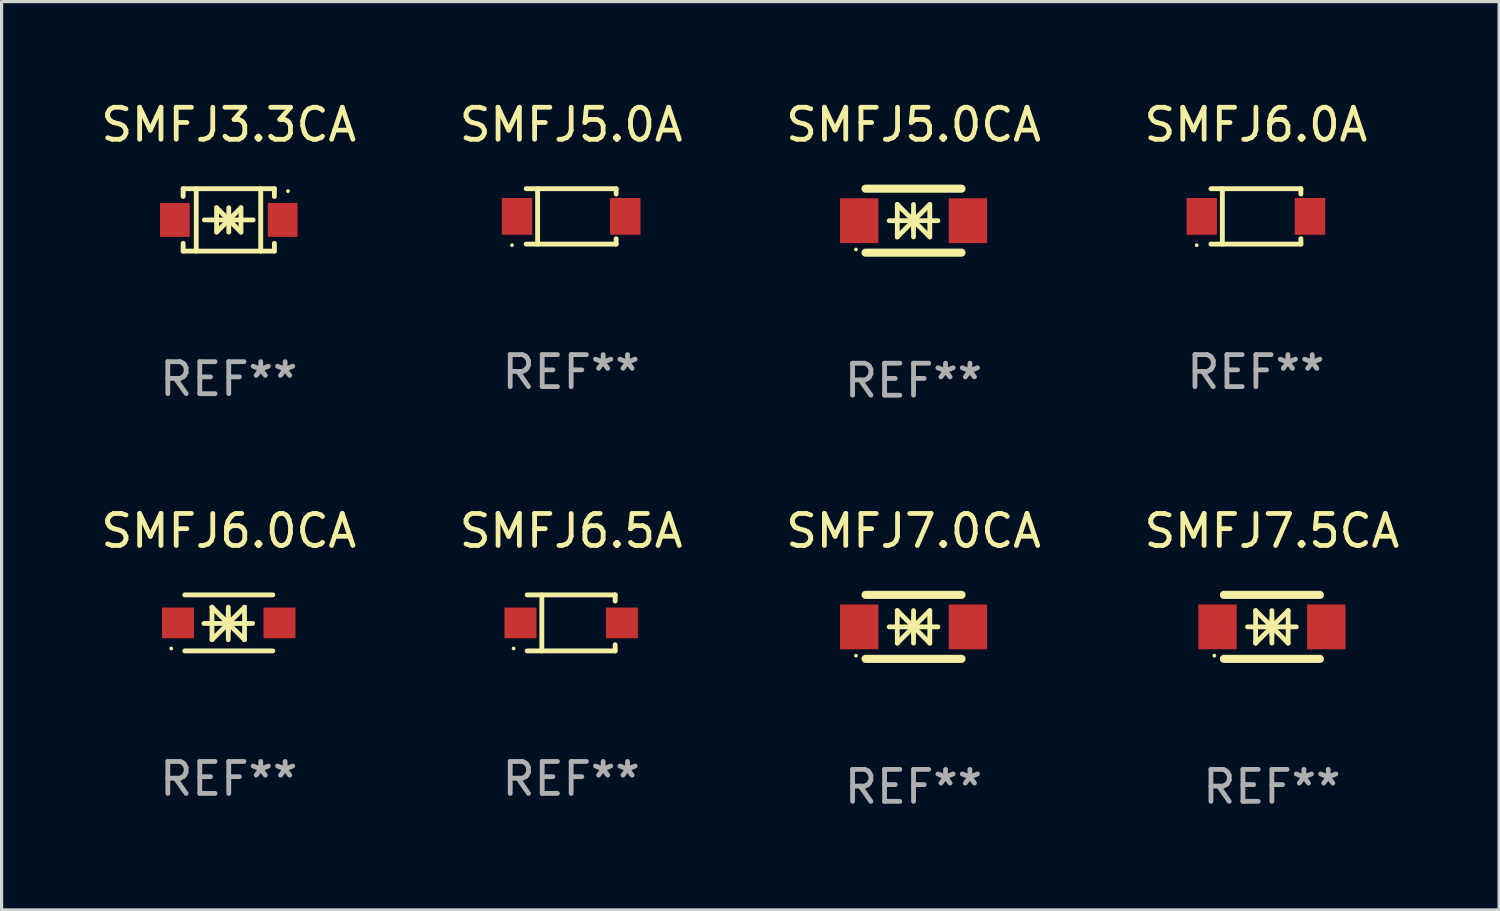
<source format=kicad_pcb>
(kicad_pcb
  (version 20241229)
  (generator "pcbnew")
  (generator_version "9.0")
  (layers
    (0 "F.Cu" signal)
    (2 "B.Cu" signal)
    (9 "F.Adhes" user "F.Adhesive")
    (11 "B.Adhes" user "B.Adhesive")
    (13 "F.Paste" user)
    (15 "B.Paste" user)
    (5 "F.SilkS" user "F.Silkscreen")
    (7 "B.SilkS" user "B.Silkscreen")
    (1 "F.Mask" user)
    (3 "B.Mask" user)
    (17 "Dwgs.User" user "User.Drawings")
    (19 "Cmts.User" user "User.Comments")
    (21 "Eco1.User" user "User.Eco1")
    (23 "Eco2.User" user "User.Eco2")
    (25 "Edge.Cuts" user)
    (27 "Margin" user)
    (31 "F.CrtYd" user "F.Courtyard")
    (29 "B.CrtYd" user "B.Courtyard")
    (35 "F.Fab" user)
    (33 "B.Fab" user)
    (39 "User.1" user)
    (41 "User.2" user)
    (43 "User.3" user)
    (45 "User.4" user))
  (footprint "SMFJ7.0CA"
    (layer "F.Cu")
    (at 25.506 16.545)
    (property "Reference" "SMFJ7.0CA" (at 0 -3 0) (layer "F.SilkS") (effects (font (size 1 1) (thickness 0.15))))
    (attr through_hole)
    (fp_line (start -1.5 -1) (end 1.5 -1) (stroke (width 0.254) (type solid)) (layer "F.SilkS"))
    (fp_line (start -1.5 1) (end 1.5 1) (stroke (width 0.254) (type solid)) (layer "F.SilkS"))
    (fp_line (start -0.762 0) (end 0.762 0) (stroke (width 0.15) (type solid)) (layer "F.SilkS"))
    (fp_line (start -0.508 -0.508) (end -0.508 0.508) (stroke (width 0.15) (type solid)) (layer "F.SilkS"))
    (fp_line (start 0 -0.508) (end 0 0.508) (stroke (width 0.15) (type solid)) (layer "F.SilkS"))
    (fp_line (start 0 0) (end -0.508 -0.508) (stroke (width 0.15) (type solid)) (layer "F.SilkS"))
    (fp_line (start 0 0) (end -0.508 0.508) (stroke (width 0.15) (type solid)) (layer "F.SilkS"))
    (fp_line (start 0 0) (end 0.508 -0.508) (stroke (width 0.15) (type solid)) (layer "F.SilkS"))
    (fp_line (start 0 0) (end 0.508 0.508) (stroke (width 0.15) (type solid)) (layer "F.SilkS"))
    (fp_line (start 0 0.254) (end 0 -0.254) (stroke (width 0.15) (type solid)) (layer "F.SilkS"))
    (fp_line (start 0.508 0.508) (end 0.508 -0.508) (stroke (width 0.15) (type solid)) (layer "F.SilkS"))
    (fp_circle (center -1.8 0.9) (end -1.77 0.9) (stroke (width 0.06) (type solid)) (fill no) (layer "F.SilkS"))
    (fp_text user "REF**" (at 0 5 0) (layer "F.Fab") (effects (font (size 1 1) (thickness 0.15))))
    (pad "1" smd rect (at -1.7 0) (size 1.2 1.4) (layers "F.Cu" "F.Mask" "F.Paste"))
    (pad "2" smd rect (at 1.7 0) (size 1.2 1.4) (layers "F.Cu" "F.Mask" "F.Paste")))
  (footprint "SMFJ5.0A"
    (layer "F.Cu")
    (at 14.804 3.714)
    (property "Reference" "SMFJ5.0A" (at 0 -2.866 0) (layer "F.SilkS") (effects (font (size 1 1) (thickness 0.15))))
    (attr through_hole)
    (fp_line (start -1.406 -0.866) (end 1.406 -0.866) (stroke (width 0.152) (type solid)) (layer "F.SilkS"))
    (fp_line (start -1.406 0.866) (end 1.406 0.866) (stroke (width 0.152) (type solid)) (layer "F.SilkS"))
    (fp_line (start -1.049 -0.866) (end -1.049 0.866) (stroke (width 0.152) (type solid)) (layer "F.SilkS"))
    (fp_line (start 1.406 -0.866) (end 1.406 -0.698) (stroke (width 0.152) (type solid)) (layer "F.SilkS"))
    (fp_line (start 1.406 0.866) (end 1.406 0.698) (stroke (width 0.152) (type solid)) (layer "F.SilkS"))
    (fp_circle (center -1.851 0.9) (end -1.821 0.9) (stroke (width 0.06) (type solid)) (fill no) (layer "F.SilkS"))
    (fp_text user "REF**" (at 0 4.866 0) (layer "F.Fab") (effects (font (size 1 1) (thickness 0.15))))
    (pad "1" smd rect (at -1.692 0) (size 0.95 1.15) (layers "F.Cu" "F.Mask" "F.Paste"))
    (pad "2" smd rect (at 1.692 0) (size 0.95 1.15) (layers "F.Cu" "F.Mask" "F.Paste")))
  (footprint "SMFJ3.3CA"
    (layer "F.Cu")
    (at 4.101 3.824)
    (property "Reference" "SMFJ3.3CA" (at 0 -2.976 0) (layer "F.SilkS") (effects (font (size 1 1) (thickness 0.15))))
    (attr through_hole)
    (fp_line (start -1.426 -0.976) (end -1.426 -0.733) (stroke (width 0.152) (type solid)) (layer "F.SilkS"))
    (fp_line (start -1.426 -0.976) (end 1.426 -0.976) (stroke (width 0.152) (type solid)) (layer "F.SilkS"))
    (fp_line (start -1.426 0.976) (end -1.426 0.733) (stroke (width 0.152) (type solid)) (layer "F.SilkS"))
    (fp_line (start -1.426 0.976) (end 1.426 0.976) (stroke (width 0.152) (type solid)) (layer "F.SilkS"))
    (fp_line (start -1.017 -0.976) (end -1.017 0.976) (stroke (width 0.152) (type solid)) (layer "F.SilkS"))
    (fp_line (start -0.762 0) (end 0.762 0) (stroke (width 0.15) (type solid)) (layer "F.SilkS"))
    (fp_line (start -0.381 -0.381) (end 0 0) (stroke (width 0.15) (type solid)) (layer "F.SilkS"))
    (fp_line (start -0.381 0.381) (end -0.381 -0.381) (stroke (width 0.15) (type solid)) (layer "F.SilkS"))
    (fp_line (start 0 -0.381) (end 0 0.381) (stroke (width 0.15) (type solid)) (layer "F.SilkS"))
    (fp_line (start 0 0) (end -0.381 0.381) (stroke (width 0.15) (type solid)) (layer "F.SilkS"))
    (fp_line (start 0 0) (end 0.381 -0.381) (stroke (width 0.15) (type solid)) (layer "F.SilkS"))
    (fp_line (start 0.381 -0.381) (end 0.381 0.381) (stroke (width 0.15) (type solid)) (layer "F.SilkS"))
    (fp_line (start 0.381 0.381) (end 0 0) (stroke (width 0.15) (type solid)) (layer "F.SilkS"))
    (fp_line (start 0.999 -0.976) (end 0.999 0.976) (stroke (width 0.152) (type solid)) (layer "F.SilkS"))
    (fp_line (start 1.426 -0.976) (end 1.426 -0.733) (stroke (width 0.152) (type solid)) (layer "F.SilkS"))
    (fp_line (start 1.426 0.976) (end 1.426 0.733) (stroke (width 0.152) (type solid)) (layer "F.SilkS"))
    (fp_circle (center 1.85 -0.9) (end 1.88 -0.9) (stroke (width 0.06) (type solid)) (fill no) (layer "F.SilkS"))
    (fp_text user "REF**" (at 0 4.976 0) (layer "F.Fab") (effects (font (size 1 1) (thickness 0.15))))
    (pad "1" smd rect (at 1.685 0 180) (size 0.93 1.06) (layers "F.Cu" "F.Mask" "F.Paste"))
    (pad "2" smd rect (at -1.685 0 180) (size 0.93 1.06) (layers "F.Cu" "F.Mask" "F.Paste")))
  (footprint "SMFJ7.5CA"
    (layer "F.Cu")
    (at 36.708 16.545)
    (property "Reference" "SMFJ7.5CA" (at 0 -3 0) (layer "F.SilkS") (effects (font (size 1 1) (thickness 0.15))))
    (attr through_hole)
    (fp_line (start -1.5 -1) (end 1.5 -1) (stroke (width 0.254) (type solid)) (layer "F.SilkS"))
    (fp_line (start -1.5 1) (end 1.5 1) (stroke (width 0.254) (type solid)) (layer "F.SilkS"))
    (fp_line (start -0.762 0) (end 0.762 0) (stroke (width 0.15) (type solid)) (layer "F.SilkS"))
    (fp_line (start -0.508 -0.508) (end -0.508 0.508) (stroke (width 0.15) (type solid)) (layer "F.SilkS"))
    (fp_line (start 0 -0.508) (end 0 0.508) (stroke (width 0.15) (type solid)) (layer "F.SilkS"))
    (fp_line (start 0 0) (end -0.508 -0.508) (stroke (width 0.15) (type solid)) (layer "F.SilkS"))
    (fp_line (start 0 0) (end -0.508 0.508) (stroke (width 0.15) (type solid)) (layer "F.SilkS"))
    (fp_line (start 0 0) (end 0.508 -0.508) (stroke (width 0.15) (type solid)) (layer "F.SilkS"))
    (fp_line (start 0 0) (end 0.508 0.508) (stroke (width 0.15) (type solid)) (layer "F.SilkS"))
    (fp_line (start 0 0.254) (end 0 -0.254) (stroke (width 0.15) (type solid)) (layer "F.SilkS"))
    (fp_line (start 0.508 0.508) (end 0.508 -0.508) (stroke (width 0.15) (type solid)) (layer "F.SilkS"))
    (fp_circle (center -1.8 0.9) (end -1.77 0.9) (stroke (width 0.06) (type solid)) (fill no) (layer "F.SilkS"))
    (fp_text user "REF**" (at 0 5 0) (layer "F.Fab") (effects (font (size 1 1) (thickness 0.15))))
    (pad "1" smd rect (at -1.7 0) (size 1.2 1.4) (layers "F.Cu" "F.Mask" "F.Paste"))
    (pad "2" smd rect (at 1.7 0) (size 1.2 1.4) (layers "F.Cu" "F.Mask" "F.Paste")))
  (footprint "SMFJ6.0CA"
    (layer "F.Cu")
    (at 4.101 16.421)
    (property "Reference" "SMFJ6.0CA" (at 0 -2.876 0) (layer "F.SilkS") (effects (font (size 1 1) (thickness 0.15))))
    (attr through_hole)
    (fp_line (start -1.376 -0.876) (end 1.376 -0.876) (stroke (width 0.152) (type solid)) (layer "F.SilkS"))
    (fp_line (start -1.376 0.876) (end 1.376 0.876) (stroke (width 0.152) (type solid)) (layer "F.SilkS"))
    (fp_line (start -0.778 0.017) (end 0.746 0.017) (stroke (width 0.15) (type solid)) (layer "F.SilkS"))
    (fp_line (start -0.524 -0.491) (end -0.524 0.525) (stroke (width 0.15) (type solid)) (layer "F.SilkS"))
    (fp_line (start -0.016 -0.491) (end -0.016 0.525) (stroke (width 0.15) (type solid)) (layer "F.SilkS"))
    (fp_line (start -0.016 0.017) (end -0.524 -0.491) (stroke (width 0.15) (type solid)) (layer "F.SilkS"))
    (fp_line (start -0.016 0.017) (end -0.524 0.525) (stroke (width 0.15) (type solid)) (layer "F.SilkS"))
    (fp_line (start -0.016 0.017) (end 0.492 -0.491) (stroke (width 0.15) (type solid)) (layer "F.SilkS"))
    (fp_line (start -0.016 0.017) (end 0.492 0.525) (stroke (width 0.15) (type solid)) (layer "F.SilkS"))
    (fp_line (start -0.016 0.271) (end -0.016 -0.237) (stroke (width 0.15) (type solid)) (layer "F.SilkS"))
    (fp_line (start 0.492 0.525) (end 0.492 -0.491) (stroke (width 0.15) (type solid)) (layer "F.SilkS"))
    (fp_circle (center -1.8 0.8) (end -1.77 0.8) (stroke (width 0.06) (type solid)) (fill no) (layer "F.SilkS"))
    (fp_text user "REF**" (at 0 4.876 0) (layer "F.Fab") (effects (font (size 1 1) (thickness 0.15))))
    (pad "1" smd rect (at -1.585 0) (size 1 0.96) (layers "F.Cu" "F.Mask" "F.Paste"))
    (pad "2" smd rect (at 1.585 0) (size 1 0.96) (layers "F.Cu" "F.Mask" "F.Paste")))
  (footprint "SMFJ6.0A"
    (layer "F.Cu")
    (at 36.208 3.714)
    (property "Reference" "SMFJ6.0A" (at 0 -2.866 0) (layer "F.SilkS") (effects (font (size 1 1) (thickness 0.15))))
    (attr through_hole)
    (fp_line (start -1.406 -0.866) (end 1.406 -0.866) (stroke (width 0.152) (type solid)) (layer "F.SilkS"))
    (fp_line (start -1.406 0.866) (end 1.406 0.866) (stroke (width 0.152) (type solid)) (layer "F.SilkS"))
    (fp_line (start -1.049 -0.866) (end -1.049 0.866) (stroke (width 0.152) (type solid)) (layer "F.SilkS"))
    (fp_line (start 1.406 -0.866) (end 1.406 -0.698) (stroke (width 0.152) (type solid)) (layer "F.SilkS"))
    (fp_line (start 1.406 0.866) (end 1.406 0.698) (stroke (width 0.152) (type solid)) (layer "F.SilkS"))
    (fp_circle (center -1.851 0.9) (end -1.821 0.9) (stroke (width 0.06) (type solid)) (fill no) (layer "F.SilkS"))
    (fp_text user "REF**" (at 0 4.866 0) (layer "F.Fab") (effects (font (size 1 1) (thickness 0.15))))
    (pad "1" smd rect (at -1.692 0) (size 0.95 1.15) (layers "F.Cu" "F.Mask" "F.Paste"))
    (pad "2" smd rect (at 1.692 0) (size 0.95 1.15) (layers "F.Cu" "F.Mask" "F.Paste")))
  (footprint "SMFJ5.0CA"
    (layer "F.Cu")
    (at 25.506 3.848)
    (property "Reference" "SMFJ5.0CA" (at 0 -3 0) (layer "F.SilkS") (effects (font (size 1 1) (thickness 0.15))))
    (attr through_hole)
    (fp_line (start -1.5 -1) (end 1.5 -1) (stroke (width 0.254) (type solid)) (layer "F.SilkS"))
    (fp_line (start -1.5 1) (end 1.5 1) (stroke (width 0.254) (type solid)) (layer "F.SilkS"))
    (fp_line (start -0.762 0) (end 0.762 0) (stroke (width 0.15) (type solid)) (layer "F.SilkS"))
    (fp_line (start -0.508 -0.508) (end -0.508 0.508) (stroke (width 0.15) (type solid)) (layer "F.SilkS"))
    (fp_line (start 0 -0.508) (end 0 0.508) (stroke (width 0.15) (type solid)) (layer "F.SilkS"))
    (fp_line (start 0 0) (end -0.508 -0.508) (stroke (width 0.15) (type solid)) (layer "F.SilkS"))
    (fp_line (start 0 0) (end -0.508 0.508) (stroke (width 0.15) (type solid)) (layer "F.SilkS"))
    (fp_line (start 0 0) (end 0.508 -0.508) (stroke (width 0.15) (type solid)) (layer "F.SilkS"))
    (fp_line (start 0 0) (end 0.508 0.508) (stroke (width 0.15) (type solid)) (layer "F.SilkS"))
    (fp_line (start 0 0.254) (end 0 -0.254) (stroke (width 0.15) (type solid)) (layer "F.SilkS"))
    (fp_line (start 0.508 0.508) (end 0.508 -0.508) (stroke (width 0.15) (type solid)) (layer "F.SilkS"))
    (fp_circle (center -1.8 0.9) (end -1.77 0.9) (stroke (width 0.06) (type solid)) (fill no) (layer "F.SilkS"))
    (fp_text user "REF**" (at 0 5 0) (layer "F.Fab") (effects (font (size 1 1) (thickness 0.15))))
    (pad "1" smd rect (at -1.7 0) (size 1.2 1.4) (layers "F.Cu" "F.Mask" "F.Paste"))
    (pad "2" smd rect (at 1.7 0) (size 1.2 1.4) (layers "F.Cu" "F.Mask" "F.Paste")))
  (footprint "SMFJ6.5A"
    (layer "F.Cu")
    (at 14.804 16.421)
    (property "Reference" "SMFJ6.5A" (at 0 -2.876 0) (layer "F.SilkS") (effects (font (size 1 1) (thickness 0.15))))
    (attr through_hole)
    (fp_line (start -1.376 -0.876) (end 1.376 -0.876) (stroke (width 0.152) (type solid)) (layer "F.SilkS"))
    (fp_line (start -1.376 0.876) (end 1.376 0.876) (stroke (width 0.152) (type solid)) (layer "F.SilkS"))
    (fp_line (start -0.917 -0.876) (end -0.917 0.876) (stroke (width 0.152) (type solid)) (layer "F.SilkS"))
    (fp_line (start 1.376 -0.876) (end 1.376 -0.683) (stroke (width 0.152) (type solid)) (layer "F.SilkS"))
    (fp_line (start 1.376 0.876) (end 1.376 0.683) (stroke (width 0.152) (type solid)) (layer "F.SilkS"))
    (fp_circle (center -1.8 0.8) (end -1.77 0.8) (stroke (width 0.06) (type solid)) (fill no) (layer "F.SilkS"))
    (fp_text user "REF**" (at 0 4.876 0) (layer "F.Fab") (effects (font (size 1 1) (thickness 0.15))))
    (pad "1" smd rect (at -1.585 0) (size 1 0.96) (layers "F.Cu" "F.Mask" "F.Paste"))
    (pad "2" smd rect (at 1.585 0) (size 1 0.96) (layers "F.Cu" "F.Mask" "F.Paste")))
  (gr_rect
    (start -3 -3)
    (end 43.81 25.393)
    (stroke (width 0.1) (type default))
    (fill no)
    (layer "Edge.Cuts")))
</source>
